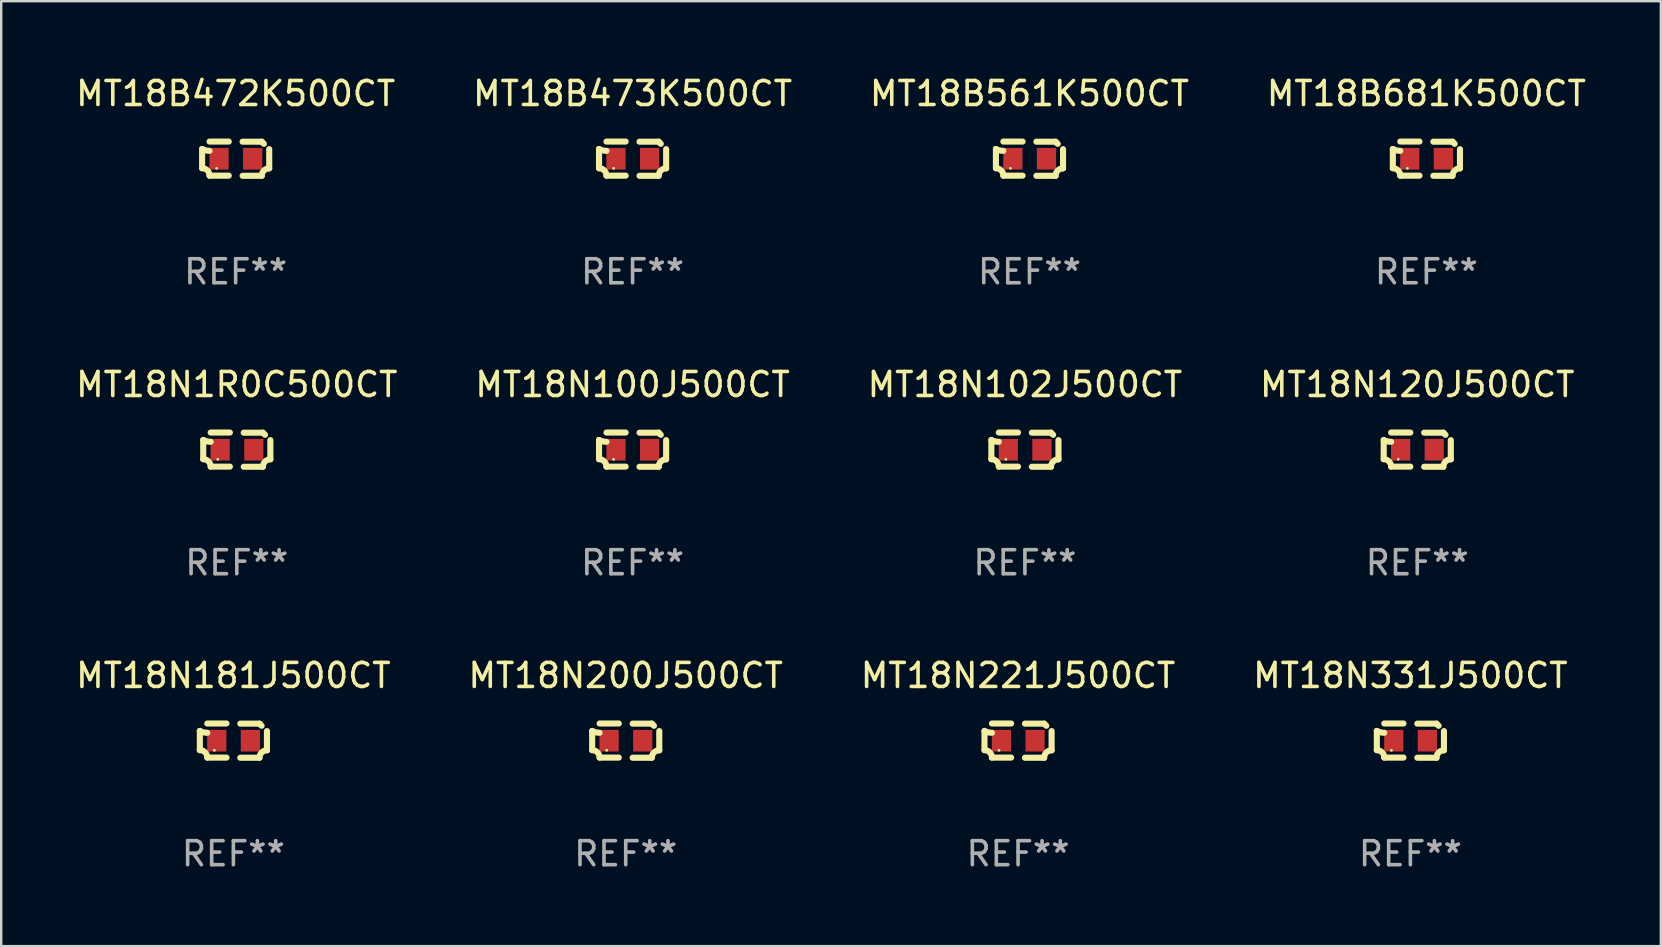
<source format=kicad_pcb>
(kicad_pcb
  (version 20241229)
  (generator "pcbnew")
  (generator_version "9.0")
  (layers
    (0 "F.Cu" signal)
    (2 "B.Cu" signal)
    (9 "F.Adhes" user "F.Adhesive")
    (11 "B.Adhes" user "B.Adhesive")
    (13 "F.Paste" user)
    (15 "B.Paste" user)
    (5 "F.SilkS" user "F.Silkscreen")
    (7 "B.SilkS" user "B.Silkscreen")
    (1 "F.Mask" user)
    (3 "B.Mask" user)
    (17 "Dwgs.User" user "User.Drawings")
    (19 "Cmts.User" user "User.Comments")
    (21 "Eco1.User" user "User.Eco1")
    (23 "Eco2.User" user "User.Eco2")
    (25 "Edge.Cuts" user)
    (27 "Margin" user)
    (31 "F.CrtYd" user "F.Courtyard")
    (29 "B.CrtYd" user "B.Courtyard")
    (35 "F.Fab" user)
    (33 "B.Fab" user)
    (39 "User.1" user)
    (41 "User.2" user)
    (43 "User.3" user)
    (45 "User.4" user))
  (footprint "MT18N102J500CT"
    (layer "F.Cu")
    (at 39.649 15.683)
    (property "Reference" "MT18N102J500CT" (at 0 -2.713 0) (layer "F.SilkS") (effects (font (size 1 1) (thickness 0.15))))
    (attr through_hole)
    (fp_line (start -1.398 -0.403) (end -1.398 0.397) (stroke (width 0.254) (type solid)) (layer "F.SilkS"))
    (fp_line (start -0.288 -0.713) (end -1.088 -0.713) (stroke (width 0.254) (type solid)) (layer "F.SilkS"))
    (fp_line (start -0.288 0.707) (end -1.088 0.707) (stroke (width 0.254) (type solid)) (layer "F.SilkS"))
    (fp_line (start 0.288 -0.707) (end 1.088 -0.707) (stroke (width 0.254) (type solid)) (layer "F.SilkS"))
    (fp_line (start 0.288 0.713) (end 1.088 0.713) (stroke (width 0.254) (type solid)) (layer "F.SilkS"))
    (fp_line (start 1.398 -0.397) (end 1.398 0.403) (stroke (width 0.254) (type solid)) (layer "F.SilkS"))
    (fp_arc (start -1.397789 0.397066) (mid -1.178701 0.487826) (end -1.08796 0.706922) (stroke (width 0.254001) (type solid)) (layer "F.SilkS"))
    (fp_arc (start -1.08796 -0.327176) (mid -1.247436 -0.346384) (end -1.39779 -0.402908) (stroke (width 0.254001) (type solid)) (layer "F.SilkS"))
    (fp_arc (start 1.087909 0.712738) (mid 1.178656 0.493655) (end 1.397739 0.402908) (stroke (width 0.254001) (type solid)) (layer "F.SilkS"))
    (fp_arc (start 1.175925 -0.618926) (mid 1.131917 -0.662923) (end 1.08791 -0.706922) (stroke (width 0.254001) (type solid)) (layer "F.SilkS"))
    (fp_circle (center -0.792 0.403) (end -0.762 0.403) (stroke (width 0.06) (type solid)) (fill no) (layer "F.SilkS"))
    (fp_text user "REF**" (at 0 4.713 0) (layer "F.Fab") (effects (font (size 1 1) (thickness 0.15))))
    (pad "1" smd rect (at -0.692 0.003) (size 0.8 0.9) (layers "F.Cu" "F.Mask" "F.Paste"))
    (pad "2" smd rect (at 0.708 0.003) (size 0.8 0.9) (layers "F.Cu" "F.Mask" "F.Paste")))
  (footprint "MT18N120J500CT"
    (layer "F.Cu")
    (at 55.994 15.683)
    (property "Reference" "MT18N120J500CT" (at 0 -2.713 0) (layer "F.SilkS") (effects (font (size 1 1) (thickness 0.15))))
    (attr through_hole)
    (fp_line (start -1.398 -0.403) (end -1.398 0.397) (stroke (width 0.254) (type solid)) (layer "F.SilkS"))
    (fp_line (start -0.288 -0.713) (end -1.088 -0.713) (stroke (width 0.254) (type solid)) (layer "F.SilkS"))
    (fp_line (start -0.288 0.707) (end -1.088 0.707) (stroke (width 0.254) (type solid)) (layer "F.SilkS"))
    (fp_line (start 0.288 -0.707) (end 1.088 -0.707) (stroke (width 0.254) (type solid)) (layer "F.SilkS"))
    (fp_line (start 0.288 0.713) (end 1.088 0.713) (stroke (width 0.254) (type solid)) (layer "F.SilkS"))
    (fp_line (start 1.398 -0.397) (end 1.398 0.403) (stroke (width 0.254) (type solid)) (layer "F.SilkS"))
    (fp_arc (start -1.397789 0.397066) (mid -1.178701 0.487826) (end -1.08796 0.706922) (stroke (width 0.254001) (type solid)) (layer "F.SilkS"))
    (fp_arc (start -1.08796 -0.327176) (mid -1.247436 -0.346384) (end -1.39779 -0.402908) (stroke (width 0.254001) (type solid)) (layer "F.SilkS"))
    (fp_arc (start 1.087909 0.712738) (mid 1.178656 0.493655) (end 1.397739 0.402908) (stroke (width 0.254001) (type solid)) (layer "F.SilkS"))
    (fp_arc (start 1.175925 -0.618926) (mid 1.131917 -0.662923) (end 1.08791 -0.706922) (stroke (width 0.254001) (type solid)) (layer "F.SilkS"))
    (fp_circle (center -0.792 0.403) (end -0.762 0.403) (stroke (width 0.06) (type solid)) (fill no) (layer "F.SilkS"))
    (fp_text user "REF**" (at 0 4.713 0) (layer "F.Fab") (effects (font (size 1 1) (thickness 0.15))))
    (pad "1" smd rect (at -0.692 0.003) (size 0.8 0.9) (layers "F.Cu" "F.Mask" "F.Paste"))
    (pad "2" smd rect (at 0.708 0.003) (size 0.8 0.9) (layers "F.Cu" "F.Mask" "F.Paste")))
  (footprint "MT18B472K500CT"
    (layer "F.Cu")
    (at 6.768 3.561)
    (property "Reference" "MT18B472K500CT" (at 0 -2.713 0) (layer "F.SilkS") (effects (font (size 1 1) (thickness 0.15))))
    (attr through_hole)
    (fp_line (start -1.398 -0.403) (end -1.398 0.397) (stroke (width 0.254) (type solid)) (layer "F.SilkS"))
    (fp_line (start -0.288 -0.713) (end -1.088 -0.713) (stroke (width 0.254) (type solid)) (layer "F.SilkS"))
    (fp_line (start -0.288 0.707) (end -1.088 0.707) (stroke (width 0.254) (type solid)) (layer "F.SilkS"))
    (fp_line (start 0.288 -0.707) (end 1.088 -0.707) (stroke (width 0.254) (type solid)) (layer "F.SilkS"))
    (fp_line (start 0.288 0.713) (end 1.088 0.713) (stroke (width 0.254) (type solid)) (layer "F.SilkS"))
    (fp_line (start 1.398 -0.397) (end 1.398 0.403) (stroke (width 0.254) (type solid)) (layer "F.SilkS"))
    (fp_arc (start -1.397789 0.397066) (mid -1.178701 0.487826) (end -1.08796 0.706922) (stroke (width 0.254001) (type solid)) (layer "F.SilkS"))
    (fp_arc (start -1.08796 -0.327176) (mid -1.247436 -0.346384) (end -1.39779 -0.402908) (stroke (width 0.254001) (type solid)) (layer "F.SilkS"))
    (fp_arc (start 1.087909 0.712738) (mid 1.178656 0.493655) (end 1.397739 0.402908) (stroke (width 0.254001) (type solid)) (layer "F.SilkS"))
    (fp_arc (start 1.175925 -0.618926) (mid 1.131917 -0.662923) (end 1.08791 -0.706922) (stroke (width 0.254001) (type solid)) (layer "F.SilkS"))
    (fp_circle (center -0.792 0.403) (end -0.762 0.403) (stroke (width 0.06) (type solid)) (fill no) (layer "F.SilkS"))
    (fp_text user "REF**" (at 0 4.713 0) (layer "F.Fab") (effects (font (size 1 1) (thickness 0.15))))
    (pad "1" smd rect (at -0.692 0.003) (size 0.8 0.9) (layers "F.Cu" "F.Mask" "F.Paste"))
    (pad "2" smd rect (at 0.708 0.003) (size 0.8 0.9) (layers "F.Cu" "F.Mask" "F.Paste")))
  (footprint "MT18B473K500CT"
    (layer "F.Cu")
    (at 23.304 3.561)
    (property "Reference" "MT18B473K500CT" (at 0 -2.713 0) (layer "F.SilkS") (effects (font (size 1 1) (thickness 0.15))))
    (attr through_hole)
    (fp_line (start -1.398 -0.403) (end -1.398 0.397) (stroke (width 0.254) (type solid)) (layer "F.SilkS"))
    (fp_line (start -0.288 -0.713) (end -1.088 -0.713) (stroke (width 0.254) (type solid)) (layer "F.SilkS"))
    (fp_line (start -0.288 0.707) (end -1.088 0.707) (stroke (width 0.254) (type solid)) (layer "F.SilkS"))
    (fp_line (start 0.288 -0.707) (end 1.088 -0.707) (stroke (width 0.254) (type solid)) (layer "F.SilkS"))
    (fp_line (start 0.288 0.713) (end 1.088 0.713) (stroke (width 0.254) (type solid)) (layer "F.SilkS"))
    (fp_line (start 1.398 -0.397) (end 1.398 0.403) (stroke (width 0.254) (type solid)) (layer "F.SilkS"))
    (fp_arc (start -1.397789 0.397066) (mid -1.178701 0.487826) (end -1.08796 0.706922) (stroke (width 0.254001) (type solid)) (layer "F.SilkS"))
    (fp_arc (start -1.08796 -0.327176) (mid -1.247436 -0.346384) (end -1.39779 -0.402908) (stroke (width 0.254001) (type solid)) (layer "F.SilkS"))
    (fp_arc (start 1.087909 0.712738) (mid 1.178656 0.493655) (end 1.397739 0.402908) (stroke (width 0.254001) (type solid)) (layer "F.SilkS"))
    (fp_arc (start 1.175925 -0.618926) (mid 1.131917 -0.662923) (end 1.08791 -0.706922) (stroke (width 0.254001) (type solid)) (layer "F.SilkS"))
    (fp_circle (center -0.792 0.403) (end -0.762 0.403) (stroke (width 0.06) (type solid)) (fill no) (layer "F.SilkS"))
    (fp_text user "REF**" (at 0 4.713 0) (layer "F.Fab") (effects (font (size 1 1) (thickness 0.15))))
    (pad "1" smd rect (at -0.692 0.003) (size 0.8 0.9) (layers "F.Cu" "F.Mask" "F.Paste"))
    (pad "2" smd rect (at 0.708 0.003) (size 0.8 0.9) (layers "F.Cu" "F.Mask" "F.Paste")))
  (footprint "MT18N221J500CT"
    (layer "F.Cu")
    (at 39.363 27.805)
    (property "Reference" "MT18N221J500CT" (at 0 -2.713 0) (layer "F.SilkS") (effects (font (size 1 1) (thickness 0.15))))
    (attr through_hole)
    (fp_line (start -1.398 -0.403) (end -1.398 0.397) (stroke (width 0.254) (type solid)) (layer "F.SilkS"))
    (fp_line (start -0.288 -0.713) (end -1.088 -0.713) (stroke (width 0.254) (type solid)) (layer "F.SilkS"))
    (fp_line (start -0.288 0.707) (end -1.088 0.707) (stroke (width 0.254) (type solid)) (layer "F.SilkS"))
    (fp_line (start 0.288 -0.707) (end 1.088 -0.707) (stroke (width 0.254) (type solid)) (layer "F.SilkS"))
    (fp_line (start 0.288 0.713) (end 1.088 0.713) (stroke (width 0.254) (type solid)) (layer "F.SilkS"))
    (fp_line (start 1.398 -0.397) (end 1.398 0.403) (stroke (width 0.254) (type solid)) (layer "F.SilkS"))
    (fp_arc (start -1.397789 0.397066) (mid -1.178701 0.487826) (end -1.08796 0.706922) (stroke (width 0.254001) (type solid)) (layer "F.SilkS"))
    (fp_arc (start -1.08796 -0.327176) (mid -1.247436 -0.346384) (end -1.39779 -0.402908) (stroke (width 0.254001) (type solid)) (layer "F.SilkS"))
    (fp_arc (start 1.087909 0.712738) (mid 1.178656 0.493655) (end 1.397739 0.402908) (stroke (width 0.254001) (type solid)) (layer "F.SilkS"))
    (fp_arc (start 1.175925 -0.618926) (mid 1.131917 -0.662923) (end 1.08791 -0.706922) (stroke (width 0.254001) (type solid)) (layer "F.SilkS"))
    (fp_circle (center -0.792 0.403) (end -0.762 0.403) (stroke (width 0.06) (type solid)) (fill no) (layer "F.SilkS"))
    (fp_text user "REF**" (at 0 4.713 0) (layer "F.Fab") (effects (font (size 1 1) (thickness 0.15))))
    (pad "1" smd rect (at -0.692 0.003) (size 0.8 0.9) (layers "F.Cu" "F.Mask" "F.Paste"))
    (pad "2" smd rect (at 0.708 0.003) (size 0.8 0.9) (layers "F.Cu" "F.Mask" "F.Paste")))
  (footprint "MT18N331J500CT"
    (layer "F.Cu")
    (at 55.708 27.805)
    (property "Reference" "MT18N331J500CT" (at 0 -2.713 0) (layer "F.SilkS") (effects (font (size 1 1) (thickness 0.15))))
    (attr through_hole)
    (fp_line (start -1.398 -0.403) (end -1.398 0.397) (stroke (width 0.254) (type solid)) (layer "F.SilkS"))
    (fp_line (start -0.288 -0.713) (end -1.088 -0.713) (stroke (width 0.254) (type solid)) (layer "F.SilkS"))
    (fp_line (start -0.288 0.707) (end -1.088 0.707) (stroke (width 0.254) (type solid)) (layer "F.SilkS"))
    (fp_line (start 0.288 -0.707) (end 1.088 -0.707) (stroke (width 0.254) (type solid)) (layer "F.SilkS"))
    (fp_line (start 0.288 0.713) (end 1.088 0.713) (stroke (width 0.254) (type solid)) (layer "F.SilkS"))
    (fp_line (start 1.398 -0.397) (end 1.398 0.403) (stroke (width 0.254) (type solid)) (layer "F.SilkS"))
    (fp_arc (start -1.397789 0.397066) (mid -1.178701 0.487826) (end -1.08796 0.706922) (stroke (width 0.254001) (type solid)) (layer "F.SilkS"))
    (fp_arc (start -1.08796 -0.327176) (mid -1.247436 -0.346384) (end -1.39779 -0.402908) (stroke (width 0.254001) (type solid)) (layer "F.SilkS"))
    (fp_arc (start 1.087909 0.712738) (mid 1.178656 0.493655) (end 1.397739 0.402908) (stroke (width 0.254001) (type solid)) (layer "F.SilkS"))
    (fp_arc (start 1.175925 -0.618926) (mid 1.131917 -0.662923) (end 1.08791 -0.706922) (stroke (width 0.254001) (type solid)) (layer "F.SilkS"))
    (fp_circle (center -0.792 0.403) (end -0.762 0.403) (stroke (width 0.06) (type solid)) (fill no) (layer "F.SilkS"))
    (fp_text user "REF**" (at 0 4.713 0) (layer "F.Fab") (effects (font (size 1 1) (thickness 0.15))))
    (pad "1" smd rect (at -0.692 0.003) (size 0.8 0.9) (layers "F.Cu" "F.Mask" "F.Paste"))
    (pad "2" smd rect (at 0.708 0.003) (size 0.8 0.9) (layers "F.Cu" "F.Mask" "F.Paste")))
  (footprint "MT18N1R0C500CT"
    (layer "F.Cu")
    (at 6.815 15.683)
    (property "Reference" "MT18N1R0C500CT" (at 0 -2.713 0) (layer "F.SilkS") (effects (font (size 1 1) (thickness 0.15))))
    (attr through_hole)
    (fp_line (start -1.398 -0.403) (end -1.398 0.397) (stroke (width 0.254) (type solid)) (layer "F.SilkS"))
    (fp_line (start -0.288 -0.713) (end -1.088 -0.713) (stroke (width 0.254) (type solid)) (layer "F.SilkS"))
    (fp_line (start -0.288 0.707) (end -1.088 0.707) (stroke (width 0.254) (type solid)) (layer "F.SilkS"))
    (fp_line (start 0.288 -0.707) (end 1.088 -0.707) (stroke (width 0.254) (type solid)) (layer "F.SilkS"))
    (fp_line (start 0.288 0.713) (end 1.088 0.713) (stroke (width 0.254) (type solid)) (layer "F.SilkS"))
    (fp_line (start 1.398 -0.397) (end 1.398 0.403) (stroke (width 0.254) (type solid)) (layer "F.SilkS"))
    (fp_arc (start -1.397789 0.397066) (mid -1.178701 0.487826) (end -1.08796 0.706922) (stroke (width 0.254001) (type solid)) (layer "F.SilkS"))
    (fp_arc (start -1.08796 -0.327176) (mid -1.247436 -0.346384) (end -1.39779 -0.402908) (stroke (width 0.254001) (type solid)) (layer "F.SilkS"))
    (fp_arc (start 1.087909 0.712738) (mid 1.178656 0.493655) (end 1.397739 0.402908) (stroke (width 0.254001) (type solid)) (layer "F.SilkS"))
    (fp_arc (start 1.175925 -0.618926) (mid 1.131917 -0.662923) (end 1.08791 -0.706922) (stroke (width 0.254001) (type solid)) (layer "F.SilkS"))
    (fp_circle (center -0.792 0.403) (end -0.762 0.403) (stroke (width 0.06) (type solid)) (fill no) (layer "F.SilkS"))
    (fp_text user "REF**" (at 0 4.713 0) (layer "F.Fab") (effects (font (size 1 1) (thickness 0.15))))
    (pad "1" smd rect (at -0.692 0.003) (size 0.8 0.9) (layers "F.Cu" "F.Mask" "F.Paste"))
    (pad "2" smd rect (at 0.708 0.003) (size 0.8 0.9) (layers "F.Cu" "F.Mask" "F.Paste")))
  (footprint "MT18B561K500CT"
    (layer "F.Cu")
    (at 39.839 3.561)
    (property "Reference" "MT18B561K500CT" (at 0 -2.713 0) (layer "F.SilkS") (effects (font (size 1 1) (thickness 0.15))))
    (attr through_hole)
    (fp_line (start -1.398 -0.403) (end -1.398 0.397) (stroke (width 0.254) (type solid)) (layer "F.SilkS"))
    (fp_line (start -0.288 -0.713) (end -1.088 -0.713) (stroke (width 0.254) (type solid)) (layer "F.SilkS"))
    (fp_line (start -0.288 0.707) (end -1.088 0.707) (stroke (width 0.254) (type solid)) (layer "F.SilkS"))
    (fp_line (start 0.288 -0.707) (end 1.088 -0.707) (stroke (width 0.254) (type solid)) (layer "F.SilkS"))
    (fp_line (start 0.288 0.713) (end 1.088 0.713) (stroke (width 0.254) (type solid)) (layer "F.SilkS"))
    (fp_line (start 1.398 -0.397) (end 1.398 0.403) (stroke (width 0.254) (type solid)) (layer "F.SilkS"))
    (fp_arc (start -1.397789 0.397066) (mid -1.178701 0.487826) (end -1.08796 0.706922) (stroke (width 0.254001) (type solid)) (layer "F.SilkS"))
    (fp_arc (start -1.08796 -0.327176) (mid -1.247436 -0.346384) (end -1.39779 -0.402908) (stroke (width 0.254001) (type solid)) (layer "F.SilkS"))
    (fp_arc (start 1.087909 0.712738) (mid 1.178656 0.493655) (end 1.397739 0.402908) (stroke (width 0.254001) (type solid)) (layer "F.SilkS"))
    (fp_arc (start 1.175925 -0.618926) (mid 1.131917 -0.662923) (end 1.08791 -0.706922) (stroke (width 0.254001) (type solid)) (layer "F.SilkS"))
    (fp_circle (center -0.792 0.403) (end -0.762 0.403) (stroke (width 0.06) (type solid)) (fill no) (layer "F.SilkS"))
    (fp_text user "REF**" (at 0 4.713 0) (layer "F.Fab") (effects (font (size 1 1) (thickness 0.15))))
    (pad "1" smd rect (at -0.692 0.003) (size 0.8 0.9) (layers "F.Cu" "F.Mask" "F.Paste"))
    (pad "2" smd rect (at 0.708 0.003) (size 0.8 0.9) (layers "F.Cu" "F.Mask" "F.Paste")))
  (footprint "MT18N200J500CT"
    (layer "F.Cu")
    (at 23.018 27.805)
    (property "Reference" "MT18N200J500CT" (at 0 -2.713 0) (layer "F.SilkS") (effects (font (size 1 1) (thickness 0.15))))
    (attr through_hole)
    (fp_line (start -1.398 -0.403) (end -1.398 0.397) (stroke (width 0.254) (type solid)) (layer "F.SilkS"))
    (fp_line (start -0.288 -0.713) (end -1.088 -0.713) (stroke (width 0.254) (type solid)) (layer "F.SilkS"))
    (fp_line (start -0.288 0.707) (end -1.088 0.707) (stroke (width 0.254) (type solid)) (layer "F.SilkS"))
    (fp_line (start 0.288 -0.707) (end 1.088 -0.707) (stroke (width 0.254) (type solid)) (layer "F.SilkS"))
    (fp_line (start 0.288 0.713) (end 1.088 0.713) (stroke (width 0.254) (type solid)) (layer "F.SilkS"))
    (fp_line (start 1.398 -0.397) (end 1.398 0.403) (stroke (width 0.254) (type solid)) (layer "F.SilkS"))
    (fp_arc (start -1.397789 0.397066) (mid -1.178701 0.487826) (end -1.08796 0.706922) (stroke (width 0.254001) (type solid)) (layer "F.SilkS"))
    (fp_arc (start -1.08796 -0.327176) (mid -1.247436 -0.346384) (end -1.39779 -0.402908) (stroke (width 0.254001) (type solid)) (layer "F.SilkS"))
    (fp_arc (start 1.087909 0.712738) (mid 1.178656 0.493655) (end 1.397739 0.402908) (stroke (width 0.254001) (type solid)) (layer "F.SilkS"))
    (fp_arc (start 1.175925 -0.618926) (mid 1.131917 -0.662923) (end 1.08791 -0.706922) (stroke (width 0.254001) (type solid)) (layer "F.SilkS"))
    (fp_circle (center -0.792 0.403) (end -0.762 0.403) (stroke (width 0.06) (type solid)) (fill no) (layer "F.SilkS"))
    (fp_text user "REF**" (at 0 4.713 0) (layer "F.Fab") (effects (font (size 1 1) (thickness 0.15))))
    (pad "1" smd rect (at -0.692 0.003) (size 0.8 0.9) (layers "F.Cu" "F.Mask" "F.Paste"))
    (pad "2" smd rect (at 0.708 0.003) (size 0.8 0.9) (layers "F.Cu" "F.Mask" "F.Paste")))
  (footprint "MT18N100J500CT"
    (layer "F.Cu")
    (at 23.304 15.683)
    (property "Reference" "MT18N100J500CT" (at 0 -2.713 0) (layer "F.SilkS") (effects (font (size 1 1) (thickness 0.15))))
    (attr through_hole)
    (fp_line (start -1.398 -0.403) (end -1.398 0.397) (stroke (width 0.254) (type solid)) (layer "F.SilkS"))
    (fp_line (start -0.288 -0.713) (end -1.088 -0.713) (stroke (width 0.254) (type solid)) (layer "F.SilkS"))
    (fp_line (start -0.288 0.707) (end -1.088 0.707) (stroke (width 0.254) (type solid)) (layer "F.SilkS"))
    (fp_line (start 0.288 -0.707) (end 1.088 -0.707) (stroke (width 0.254) (type solid)) (layer "F.SilkS"))
    (fp_line (start 0.288 0.713) (end 1.088 0.713) (stroke (width 0.254) (type solid)) (layer "F.SilkS"))
    (fp_line (start 1.398 -0.397) (end 1.398 0.403) (stroke (width 0.254) (type solid)) (layer "F.SilkS"))
    (fp_arc (start -1.397789 0.397066) (mid -1.178701 0.487826) (end -1.08796 0.706922) (stroke (width 0.254001) (type solid)) (layer "F.SilkS"))
    (fp_arc (start -1.08796 -0.327176) (mid -1.247436 -0.346384) (end -1.39779 -0.402908) (stroke (width 0.254001) (type solid)) (layer "F.SilkS"))
    (fp_arc (start 1.087909 0.712738) (mid 1.178656 0.493655) (end 1.397739 0.402908) (stroke (width 0.254001) (type solid)) (layer "F.SilkS"))
    (fp_arc (start 1.175925 -0.618926) (mid 1.131917 -0.662923) (end 1.08791 -0.706922) (stroke (width 0.254001) (type solid)) (layer "F.SilkS"))
    (fp_circle (center -0.792 0.403) (end -0.762 0.403) (stroke (width 0.06) (type solid)) (fill no) (layer "F.SilkS"))
    (fp_text user "REF**" (at 0 4.713 0) (layer "F.Fab") (effects (font (size 1 1) (thickness 0.15))))
    (pad "1" smd rect (at -0.692 0.003) (size 0.8 0.9) (layers "F.Cu" "F.Mask" "F.Paste"))
    (pad "2" smd rect (at 0.708 0.003) (size 0.8 0.9) (layers "F.Cu" "F.Mask" "F.Paste")))
  (footprint "MT18B681K500CT"
    (layer "F.Cu")
    (at 56.375 3.561)
    (property "Reference" "MT18B681K500CT" (at 0 -2.713 0) (layer "F.SilkS") (effects (font (size 1 1) (thickness 0.15))))
    (attr through_hole)
    (fp_line (start -1.398 -0.403) (end -1.398 0.397) (stroke (width 0.254) (type solid)) (layer "F.SilkS"))
    (fp_line (start -0.288 -0.713) (end -1.088 -0.713) (stroke (width 0.254) (type solid)) (layer "F.SilkS"))
    (fp_line (start -0.288 0.707) (end -1.088 0.707) (stroke (width 0.254) (type solid)) (layer "F.SilkS"))
    (fp_line (start 0.288 -0.707) (end 1.088 -0.707) (stroke (width 0.254) (type solid)) (layer "F.SilkS"))
    (fp_line (start 0.288 0.713) (end 1.088 0.713) (stroke (width 0.254) (type solid)) (layer "F.SilkS"))
    (fp_line (start 1.398 -0.397) (end 1.398 0.403) (stroke (width 0.254) (type solid)) (layer "F.SilkS"))
    (fp_arc (start -1.397789 0.397066) (mid -1.178701 0.487826) (end -1.08796 0.706922) (stroke (width 0.254001) (type solid)) (layer "F.SilkS"))
    (fp_arc (start -1.08796 -0.327176) (mid -1.247436 -0.346384) (end -1.39779 -0.402908) (stroke (width 0.254001) (type solid)) (layer "F.SilkS"))
    (fp_arc (start 1.087909 0.712738) (mid 1.178656 0.493655) (end 1.397739 0.402908) (stroke (width 0.254001) (type solid)) (layer "F.SilkS"))
    (fp_arc (start 1.175925 -0.618926) (mid 1.131917 -0.662923) (end 1.08791 -0.706922) (stroke (width 0.254001) (type solid)) (layer "F.SilkS"))
    (fp_circle (center -0.792 0.403) (end -0.762 0.403) (stroke (width 0.06) (type solid)) (fill no) (layer "F.SilkS"))
    (fp_text user "REF**" (at 0 4.713 0) (layer "F.Fab") (effects (font (size 1 1) (thickness 0.15))))
    (pad "1" smd rect (at -0.692 0.003) (size 0.8 0.9) (layers "F.Cu" "F.Mask" "F.Paste"))
    (pad "2" smd rect (at 0.708 0.003) (size 0.8 0.9) (layers "F.Cu" "F.Mask" "F.Paste")))
  (footprint "MT18N181J500CT"
    (layer "F.Cu")
    (at 6.673 27.805)
    (property "Reference" "MT18N181J500CT" (at 0 -2.713 0) (layer "F.SilkS") (effects (font (size 1 1) (thickness 0.15))))
    (attr through_hole)
    (fp_line (start -1.398 -0.403) (end -1.398 0.397) (stroke (width 0.254) (type solid)) (layer "F.SilkS"))
    (fp_line (start -0.288 -0.713) (end -1.088 -0.713) (stroke (width 0.254) (type solid)) (layer "F.SilkS"))
    (fp_line (start -0.288 0.707) (end -1.088 0.707) (stroke (width 0.254) (type solid)) (layer "F.SilkS"))
    (fp_line (start 0.288 -0.707) (end 1.088 -0.707) (stroke (width 0.254) (type solid)) (layer "F.SilkS"))
    (fp_line (start 0.288 0.713) (end 1.088 0.713) (stroke (width 0.254) (type solid)) (layer "F.SilkS"))
    (fp_line (start 1.398 -0.397) (end 1.398 0.403) (stroke (width 0.254) (type solid)) (layer "F.SilkS"))
    (fp_arc (start -1.397789 0.397066) (mid -1.178701 0.487826) (end -1.08796 0.706922) (stroke (width 0.254001) (type solid)) (layer "F.SilkS"))
    (fp_arc (start -1.08796 -0.327176) (mid -1.247436 -0.346384) (end -1.39779 -0.402908) (stroke (width 0.254001) (type solid)) (layer "F.SilkS"))
    (fp_arc (start 1.087909 0.712738) (mid 1.178656 0.493655) (end 1.397739 0.402908) (stroke (width 0.254001) (type solid)) (layer "F.SilkS"))
    (fp_arc (start 1.175925 -0.618926) (mid 1.131917 -0.662923) (end 1.08791 -0.706922) (stroke (width 0.254001) (type solid)) (layer "F.SilkS"))
    (fp_circle (center -0.792 0.403) (end -0.762 0.403) (stroke (width 0.06) (type solid)) (fill no) (layer "F.SilkS"))
    (fp_text user "REF**" (at 0 4.713 0) (layer "F.Fab") (effects (font (size 1 1) (thickness 0.15))))
    (pad "1" smd rect (at -0.692 0.003) (size 0.8 0.9) (layers "F.Cu" "F.Mask" "F.Paste"))
    (pad "2" smd rect (at 0.708 0.003) (size 0.8 0.9) (layers "F.Cu" "F.Mask" "F.Paste")))
  (gr_rect
    (start -3 -3)
    (end 66.143 36.366)
    (stroke (width 0.1) (type default))
    (fill no)
    (layer "Edge.Cuts")))
</source>
